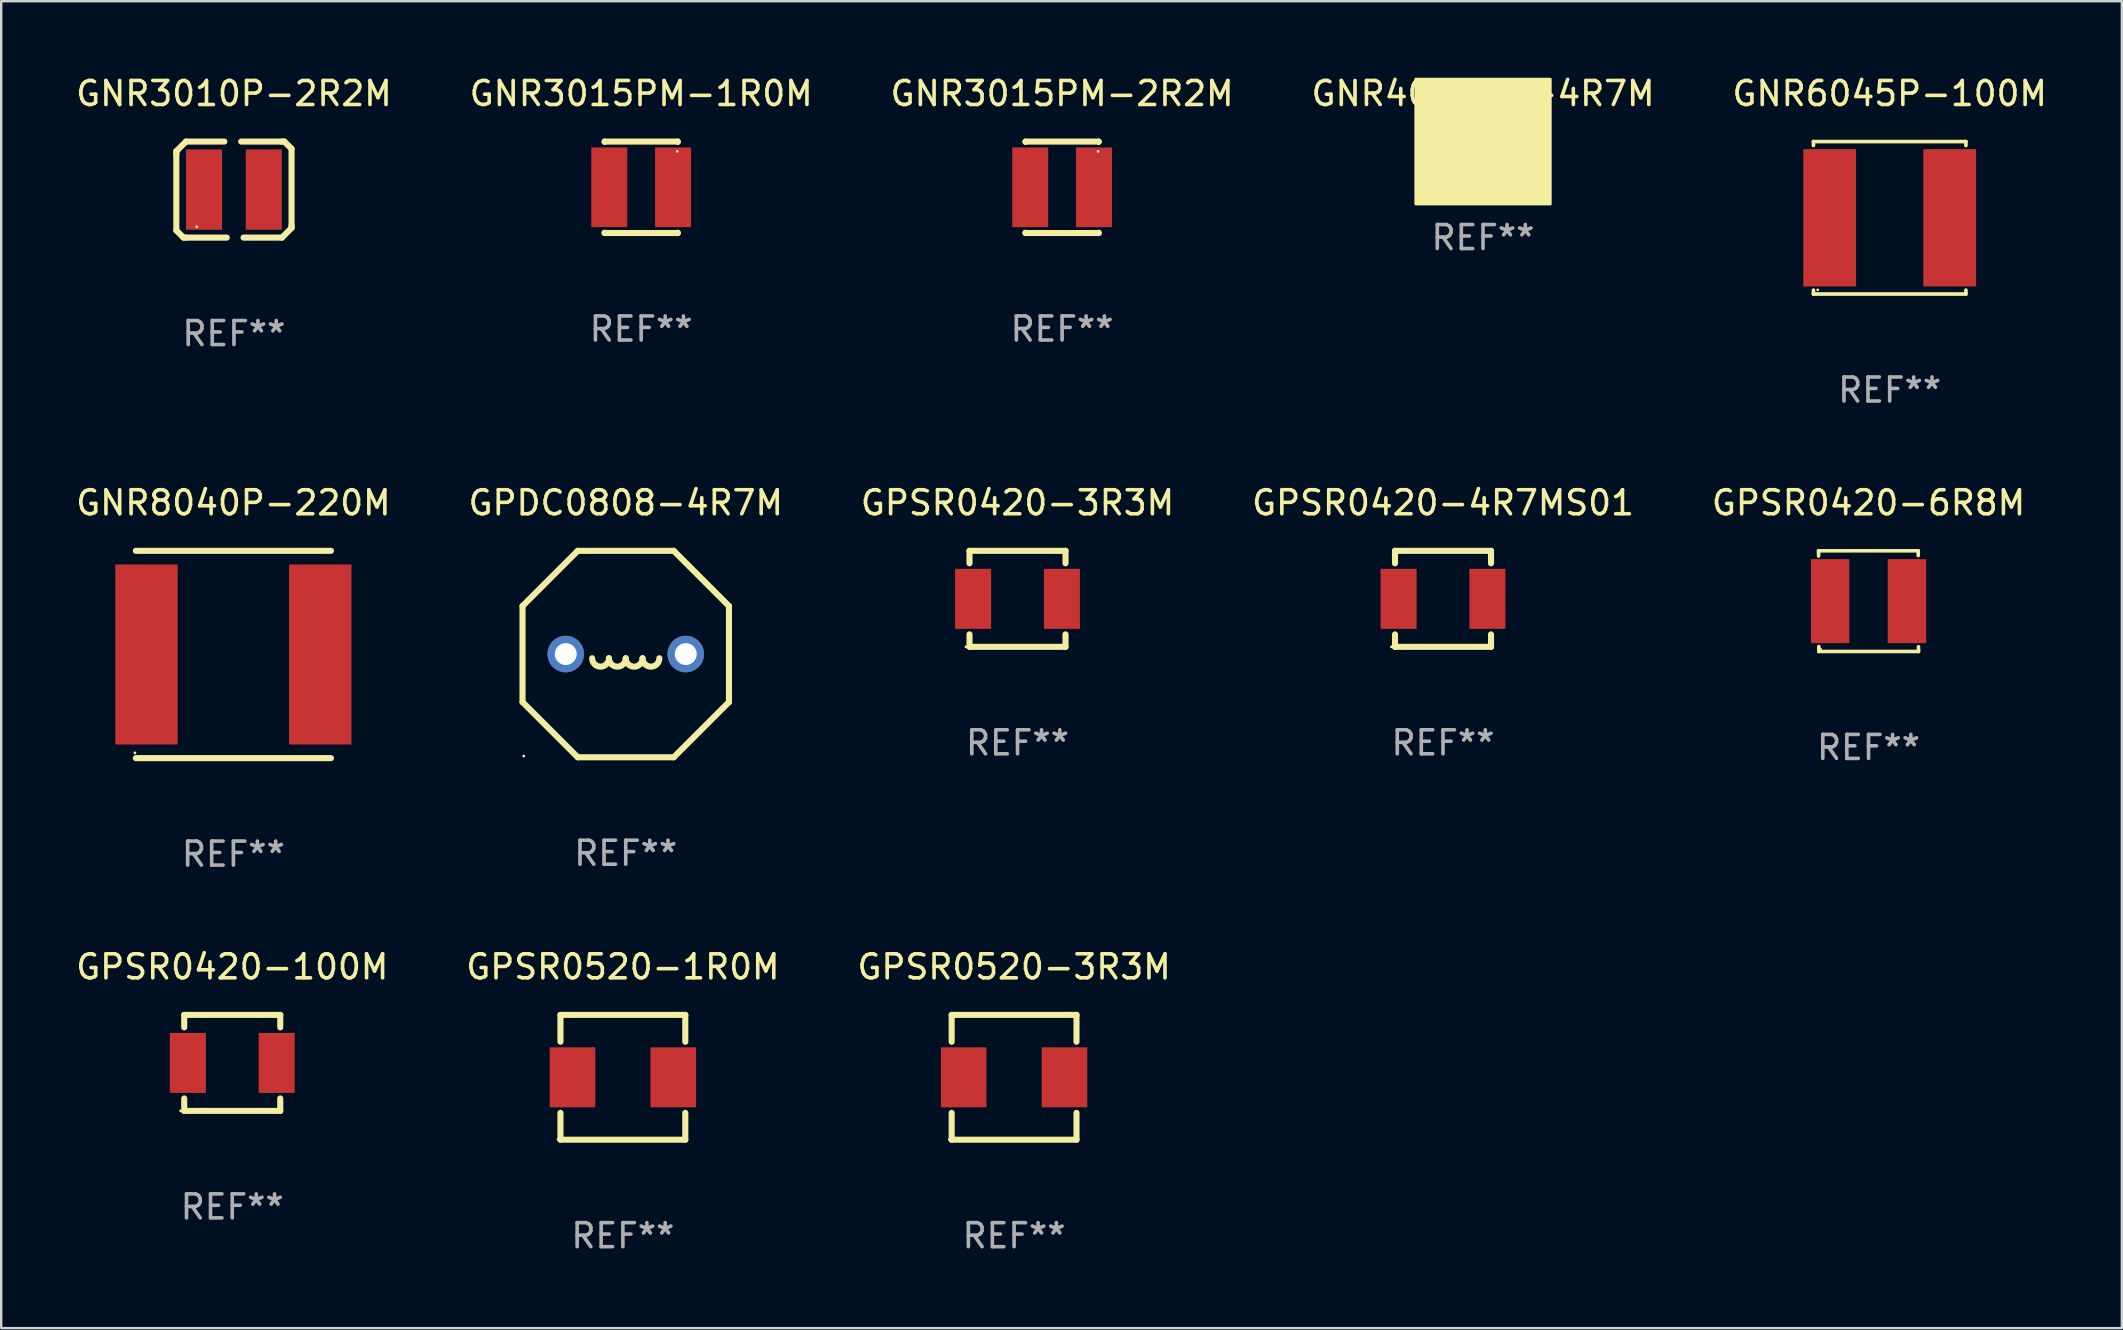
<source format=kicad_pcb>
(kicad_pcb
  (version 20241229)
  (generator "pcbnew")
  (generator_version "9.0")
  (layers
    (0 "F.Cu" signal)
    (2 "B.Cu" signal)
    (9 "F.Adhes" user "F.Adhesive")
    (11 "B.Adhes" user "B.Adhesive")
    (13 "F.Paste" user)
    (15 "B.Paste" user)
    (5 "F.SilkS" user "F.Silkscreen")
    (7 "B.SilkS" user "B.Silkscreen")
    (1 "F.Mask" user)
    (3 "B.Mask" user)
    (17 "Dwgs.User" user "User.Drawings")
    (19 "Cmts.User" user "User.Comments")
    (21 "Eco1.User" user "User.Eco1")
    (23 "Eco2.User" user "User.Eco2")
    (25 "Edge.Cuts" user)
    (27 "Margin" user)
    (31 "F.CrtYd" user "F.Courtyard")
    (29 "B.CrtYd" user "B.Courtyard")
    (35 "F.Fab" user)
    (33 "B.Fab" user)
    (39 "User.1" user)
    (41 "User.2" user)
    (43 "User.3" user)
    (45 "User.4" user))
  (footprint "GNR8040P-220M"
    (layer "F.Cu")
    (at 6.673 24.215)
    (property "Reference" "GNR8040P-220M" (at 0 -6.318 0) (layer "F.SilkS") (effects (font (size 1 1) (thickness 0.15))))
    (attr through_hole)
    (fp_line (start -4.064 -4.318) (end 4.064 -4.318) (stroke (width 0.254) (type solid)) (layer "F.SilkS"))
    (fp_line (start 4.064 4.318) (end -4.064 4.318) (stroke (width 0.254) (type solid)) (layer "F.SilkS"))
    (fp_circle (center -4.1 4.1) (end -4.07 4.1) (stroke (width 0.06) (type solid)) (fill no) (layer "F.SilkS"))
    (fp_text user "REF**" (at 0 8.318 0) (layer "F.Fab") (effects (font (size 1 1) (thickness 0.15))))
    (pad "1" smd rect (at -3.62 0) (size 2.6 7.5) (layers "F.Cu" "F.Mask" "F.Paste"))
    (pad "2" smd rect (at 3.62 0) (size 2.6 7.5) (layers "F.Cu" "F.Mask" "F.Paste")))
  (footprint "GNR3015PM-2R2M"
    (layer "F.Cu")
    (at 41.196 4.753)
    (property "Reference" "GNR3015PM-2R2M" (at 0 -3.905 0) (layer "F.SilkS") (effects (font (size 1 1) (thickness 0.15))))
    (attr through_hole)
    (fp_line (start -1.524 -1.905) (end 1.524 -1.905) (stroke (width 0.254) (type solid)) (layer "F.SilkS"))
    (fp_line (start -1.524 -1.891) (end -1.524 -1.905) (stroke (width 0.254) (type solid)) (layer "F.SilkS"))
    (fp_line (start -1.524 1.905) (end -1.524 1.891) (stroke (width 0.254) (type solid)) (layer "F.SilkS"))
    (fp_line (start -1.524 1.905) (end 1.524 1.905) (stroke (width 0.254) (type solid)) (layer "F.SilkS"))
    (fp_line (start 1.524 -1.905) (end 1.524 -1.891) (stroke (width 0.254) (type solid)) (layer "F.SilkS"))
    (fp_line (start 1.524 1.891) (end 1.524 1.905) (stroke (width 0.254) (type solid)) (layer "F.SilkS"))
    (fp_circle (center 1.5 -1.5) (end 1.53 -1.5) (stroke (width 0.06) (type solid)) (fill no) (layer "F.SilkS"))
    (fp_text user "REF**" (at 0 5.905 0) (layer "F.Fab") (effects (font (size 1 1) (thickness 0.15))))
    (pad "1" smd rect (at 1.328 0) (size 1.5 3.32) (layers "F.Cu" "F.Mask" "F.Paste"))
    (pad "2" smd rect (at -1.328 0) (size 1.5 3.32) (layers "F.Cu" "F.Mask" "F.Paste")))
  (footprint "GPSR0420-4R7MS01"
    (layer "F.Cu")
    (at 57.065 21.897)
    (property "Reference" "GPSR0420-4R7MS01" (at 0 -4 0) (layer "F.SilkS") (effects (font (size 1 1) (thickness 0.15))))
    (attr through_hole)
    (fp_line (start -2 -2) (end 2 -2) (stroke (width 0.254) (type solid)) (layer "F.SilkS"))
    (fp_line (start -2 -1.481) (end -2 -2) (stroke (width 0.254) (type solid)) (layer "F.SilkS"))
    (fp_line (start -2 2) (end -2 1.481) (stroke (width 0.254) (type solid)) (layer "F.SilkS"))
    (fp_line (start 2 -2) (end 2 -1.481) (stroke (width 0.254) (type solid)) (layer "F.SilkS"))
    (fp_line (start 2 1.481) (end 2 2) (stroke (width 0.254) (type solid)) (layer "F.SilkS"))
    (fp_line (start 2 2) (end -2 2) (stroke (width 0.254) (type solid)) (layer "F.SilkS"))
    (fp_circle (center -2.15 2) (end -2.12 2) (stroke (width 0.06) (type solid)) (fill no) (layer "F.SilkS"))
    (fp_text user "REF**" (at 0 6 0) (layer "F.Fab") (effects (font (size 1 1) (thickness 0.15))))
    (pad "1" smd rect (at -1.85 0) (size 1.5 2.5) (layers "F.Cu" "F.Mask" "F.Paste"))
    (pad "2" smd rect (at 1.85 0) (size 1.5 2.5) (layers "F.Cu" "F.Mask" "F.Paste")))
  (footprint "GPSR0420-6R8M"
    (layer "F.Cu")
    (at 74.792 21.993)
    (property "Reference" "GPSR0420-6R8M" (at 0 -4.096 0) (layer "F.SilkS") (effects (font (size 1 1) (thickness 0.15))))
    (attr through_hole)
    (fp_line (start -2.083 -2.096) (end -2.08 -1.88) (stroke (width 0.15) (type solid)) (layer "F.SilkS"))
    (fp_line (start -2.07 1.89) (end -2.07 2.096) (stroke (width 0.15) (type solid)) (layer "F.SilkS"))
    (fp_line (start -2.07 2.096) (end 2.083 2.096) (stroke (width 0.15) (type solid)) (layer "F.SilkS"))
    (fp_line (start 2.07 -1.9) (end 2.07 -2.096) (stroke (width 0.15) (type solid)) (layer "F.SilkS"))
    (fp_line (start 2.07 -2.096) (end -2.083 -2.096) (stroke (width 0.15) (type solid)) (layer "F.SilkS"))
    (fp_line (start 2.083 2.096) (end 2.08 1.9) (stroke (width 0.15) (type solid)) (layer "F.SilkS"))
    (fp_circle (center -2 2) (end -1.97 2) (stroke (width 0.06) (type solid)) (fill no) (layer "F.SilkS"))
    (fp_text user "REF**" (at 0 6.096 0) (layer "F.Fab") (effects (font (size 1 1) (thickness 0.15))))
    (pad "1" smd rect (at -1.6 -0.000343) (size 1.6 3.5) (layers "F.Cu" "F.Mask" "F.Paste"))
    (pad "2" smd rect (at 1.6 -0.000343) (size 1.6 3.5) (layers "F.Cu" "F.Mask" "F.Paste")))
  (footprint "GNR3015PM-1R0M"
    (layer "F.Cu")
    (at 23.661 4.753)
    (property "Reference" "GNR3015PM-1R0M" (at 0 -3.905 0) (layer "F.SilkS") (effects (font (size 1 1) (thickness 0.15))))
    (attr through_hole)
    (fp_line (start -1.524 -1.905) (end 1.524 -1.905) (stroke (width 0.254) (type solid)) (layer "F.SilkS"))
    (fp_line (start -1.524 -1.891) (end -1.524 -1.905) (stroke (width 0.254) (type solid)) (layer "F.SilkS"))
    (fp_line (start -1.524 1.905) (end -1.524 1.891) (stroke (width 0.254) (type solid)) (layer "F.SilkS"))
    (fp_line (start -1.524 1.905) (end 1.524 1.905) (stroke (width 0.254) (type solid)) (layer "F.SilkS"))
    (fp_line (start 1.524 -1.905) (end 1.524 -1.891) (stroke (width 0.254) (type solid)) (layer "F.SilkS"))
    (fp_line (start 1.524 1.891) (end 1.524 1.905) (stroke (width 0.254) (type solid)) (layer "F.SilkS"))
    (fp_circle (center 1.5 -1.5) (end 1.53 -1.5) (stroke (width 0.06) (type solid)) (fill no) (layer "F.SilkS"))
    (fp_text user "REF**" (at 0 5.905 0) (layer "F.Fab") (effects (font (size 1 1) (thickness 0.15))))
    (pad "1" smd rect (at 1.328 0) (size 1.5 3.32) (layers "F.Cu" "F.Mask" "F.Paste"))
    (pad "2" smd rect (at -1.328 0) (size 1.5 3.32) (layers "F.Cu" "F.Mask" "F.Paste")))
  (footprint "GNR4018PM-4R7M"
    (layer "F.Cu")
    (at 58.732 2.848)
    (property "Reference" "GNR4018PM-4R7M" (at 0 -2 0) (layer "F.SilkS") (effects (font (size 1 1) (thickness 0.15))))
    (attr through_hole)
    (fp_circle (center -2.1 2.1) (end -2.07 2.1) (stroke (width 0.06) (type solid)) (fill no) (layer "F.SilkS"))
    (fp_poly (pts (xy -2.8 -2.6) (xy 2.8 -2.6) (xy 2.8 2.6) (xy -2.8 2.6)) (stroke (width 0.12) (type solid)) (fill yes) (layer "F.SilkS"))
    (fp_text user "REF**" (at 0 4 0) (layer "F.Fab") (effects (font (size 1 1) (thickness 0.15))))
    (pad "1" smd rect (at -1.6 0 90) (size 4.5 1.7) (layers "F.Cu" "F.Mask" "F.Paste"))
    (pad "2" smd rect (at 1.6 0 90) (size 4.5 1.7) (layers "F.Cu" "F.Mask" "F.Paste")))
  (footprint "GPDC0808-4R7M"
    (layer "F.Cu")
    (at 23.018 24.197)
    (property "Reference" "GPDC0808-4R7M" (at 0 -6.3 0) (layer "F.SilkS") (effects (font (size 1 1) (thickness 0.15))))
    (attr through_hole)
    (fp_line (start -4.3 -2) (end -2 -4.3) (stroke (width 0.254) (type solid)) (layer "F.SilkS"))
    (fp_line (start -4.3 2) (end -4.3 -2) (stroke (width 0.254) (type solid)) (layer "F.SilkS"))
    (fp_line (start -2 -4.3) (end 2 -4.3) (stroke (width 0.254) (type solid)) (layer "F.SilkS"))
    (fp_line (start -2 4.3) (end -4.3 2) (stroke (width 0.254) (type solid)) (layer "F.SilkS"))
    (fp_line (start 2 -4.3) (end 4.3 -2) (stroke (width 0.254) (type solid)) (layer "F.SilkS"))
    (fp_line (start 2 4.3) (end -2 4.3) (stroke (width 0.254) (type solid)) (layer "F.SilkS"))
    (fp_line (start 4.3 -2) (end 4.3 2) (stroke (width 0.254) (type solid)) (layer "F.SilkS"))
    (fp_line (start 4.3 2) (end 2 4.3) (stroke (width 0.254) (type solid)) (layer "F.SilkS"))
    (fp_arc (start -0.7 0.175006) (mid -1.05 0.524994) (end -1.4 0.175007) (stroke (width 0.254001) (type solid)) (layer "F.SilkS"))
    (fp_arc (start 0 0.175006) (mid -0.35 0.524994) (end -0.7 0.175007) (stroke (width 0.254001) (type solid)) (layer "F.SilkS"))
    (fp_arc (start 0.7 0.175006) (mid 0.35 0.524994) (end 0 0.175007) (stroke (width 0.254001) (type solid)) (layer "F.SilkS"))
    (fp_arc (start 1.4 0.175006) (mid 1.05 0.524994) (end 0.7 0.175007) (stroke (width 0.254001) (type solid)) (layer "F.SilkS"))
    (fp_circle (center -4.25 4.25) (end -4.22 4.25) (stroke (width 0.06) (type solid)) (fill no) (layer "F.SilkS"))
    (fp_text user "REF**" (at 0 8.3 0) (layer "F.Fab") (effects (font (size 1 1) (thickness 0.15))))
    (pad "1" thru_hole circle (at -2.5 0) (size 1.524 1.524) (drill 0.914) (layers "*.Cu" "*.Mask"))
    (pad "2" thru_hole circle (at 2.5 0) (size 1.524 1.524) (drill 0.914) (layers "*.Cu" "*.Mask")))
  (footprint "GPSR0520-3R3M"
    (layer "F.Cu")
    (at 39.196 41.83)
    (property "Reference" "GPSR0520-3R3M" (at 0 -4.6 0) (layer "F.SilkS") (effects (font (size 1 1) (thickness 0.15))))
    (attr through_hole)
    (fp_line (start -2.6 -2.6) (end 2.6 -2.6) (stroke (width 0.254) (type solid)) (layer "F.SilkS"))
    (fp_line (start -2.6 -1.481) (end -2.6 -2.6) (stroke (width 0.254) (type solid)) (layer "F.SilkS"))
    (fp_line (start -2.6 2.6) (end -2.6 1.481) (stroke (width 0.254) (type solid)) (layer "F.SilkS"))
    (fp_line (start 2.6 -2.6) (end 2.6 -1.481) (stroke (width 0.254) (type solid)) (layer "F.SilkS"))
    (fp_line (start 2.6 1.481) (end 2.6 2.6) (stroke (width 0.254) (type solid)) (layer "F.SilkS"))
    (fp_line (start 2.6 2.6) (end -2.6 2.6) (stroke (width 0.254) (type solid)) (layer "F.SilkS"))
    (fp_circle (center -2.7 2.59) (end -2.67 2.59) (stroke (width 0.06) (type solid)) (fill no) (layer "F.SilkS"))
    (fp_text user "REF**" (at 0 6.6 0) (layer "F.Fab") (effects (font (size 1 1) (thickness 0.15))))
    (pad "1" smd rect (at -2.1 0) (size 1.9 2.5) (layers "F.Cu" "F.Mask" "F.Paste"))
    (pad "2" smd rect (at 2.1 0) (size 1.9 2.5) (layers "F.Cu" "F.Mask" "F.Paste")))
  (footprint "GPSR0420-100M"
    (layer "F.Cu")
    (at 6.625 41.23)
    (property "Reference" "GPSR0420-100M" (at 0 -4 0) (layer "F.SilkS") (effects (font (size 1 1) (thickness 0.15))))
    (attr through_hole)
    (fp_line (start -2 -2) (end 2 -2) (stroke (width 0.254) (type solid)) (layer "F.SilkS"))
    (fp_line (start -2 -1.481) (end -2 -2) (stroke (width 0.254) (type solid)) (layer "F.SilkS"))
    (fp_line (start -2 2) (end -2 1.481) (stroke (width 0.254) (type solid)) (layer "F.SilkS"))
    (fp_line (start 2 -2) (end 2 -1.481) (stroke (width 0.254) (type solid)) (layer "F.SilkS"))
    (fp_line (start 2 1.481) (end 2 2) (stroke (width 0.254) (type solid)) (layer "F.SilkS"))
    (fp_line (start 2 2) (end -2 2) (stroke (width 0.254) (type solid)) (layer "F.SilkS"))
    (fp_circle (center -2.15 2) (end -2.12 2) (stroke (width 0.06) (type solid)) (fill no) (layer "F.SilkS"))
    (fp_text user "REF**" (at 0 6 0) (layer "F.Fab") (effects (font (size 1 1) (thickness 0.15))))
    (pad "1" smd rect (at -1.85 0) (size 1.5 2.5) (layers "F.Cu" "F.Mask" "F.Paste"))
    (pad "2" smd rect (at 1.85 0) (size 1.5 2.5) (layers "F.Cu" "F.Mask" "F.Paste")))
  (footprint "GNR3010P-2R2M"
    (layer "F.Cu")
    (at 6.696 4.848)
    (property "Reference" "GNR3010P-2R2M" (at 0 -4 0) (layer "F.SilkS") (effects (font (size 1 1) (thickness 0.15))))
    (attr through_hole)
    (fp_line (start -2.4 -1.6) (end -2 -2) (stroke (width 0.254) (type solid)) (layer "F.SilkS"))
    (fp_line (start -2.4 -1.5) (end -2.4 -1.6) (stroke (width 0.254) (type solid)) (layer "F.SilkS"))
    (fp_line (start -2.4 1.7) (end -2.4 -1.5) (stroke (width 0.254) (type solid)) (layer "F.SilkS"))
    (fp_line (start -2.1 2) (end -2.4 1.7) (stroke (width 0.254) (type solid)) (layer "F.SilkS"))
    (fp_line (start -2 -2) (end -0.4 -2) (stroke (width 0.254) (type solid)) (layer "F.SilkS"))
    (fp_line (start -2 2) (end -2.1 2) (stroke (width 0.254) (type solid)) (layer "F.SilkS"))
    (fp_line (start -0.3 2) (end -2 2) (stroke (width 0.254) (type solid)) (layer "F.SilkS"))
    (fp_line (start 0.3 -2) (end 2 -2) (stroke (width 0.254) (type solid)) (layer "F.SilkS"))
    (fp_line (start 2 -2) (end 2.1 -2) (stroke (width 0.254) (type solid)) (layer "F.SilkS"))
    (fp_line (start 2 2) (end 0.4 2) (stroke (width 0.254) (type solid)) (layer "F.SilkS"))
    (fp_line (start 2.1 -2) (end 2.4 -1.7) (stroke (width 0.254) (type solid)) (layer "F.SilkS"))
    (fp_line (start 2.4 -1.7) (end 2.4 1.5) (stroke (width 0.254) (type solid)) (layer "F.SilkS"))
    (fp_line (start 2.4 1.5) (end 2.4 1.6) (stroke (width 0.254) (type solid)) (layer "F.SilkS"))
    (fp_line (start 2.4 1.6) (end 2 2) (stroke (width 0.254) (type solid)) (layer "F.SilkS"))
    (fp_circle (center -1.55 1.55) (end -1.52 1.55) (stroke (width 0.06) (type solid)) (fill no) (layer "F.SilkS"))
    (fp_text user "REF**" (at 0 6 0) (layer "F.Fab") (effects (font (size 1 1) (thickness 0.15))))
    (pad "1" smd rect (at -1.243 0) (size 1.5 3.348) (layers "F.Cu" "F.Mask" "F.Paste"))
    (pad "2" smd rect (at 1.243 0) (size 1.5 3.348) (layers "F.Cu" "F.Mask" "F.Paste")))
  (footprint "GNR6045P-100M"
    (layer "F.Cu")
    (at 75.673 6.024)
    (property "Reference" "GNR6045P-100M" (at 0 -5.176 0) (layer "F.SilkS") (effects (font (size 1 1) (thickness 0.15))))
    (attr through_hole)
    (fp_line (start -3.176 -3.176) (end 3.176 -3.176) (stroke (width 0.152) (type solid)) (layer "F.SilkS"))
    (fp_line (start -3.176 -3.012) (end -3.176 -3.176) (stroke (width 0.152) (type solid)) (layer "F.SilkS"))
    (fp_line (start -3.176 3.012) (end -3.176 3.176) (stroke (width 0.152) (type solid)) (layer "F.SilkS"))
    (fp_line (start -3.176 3.176) (end 3.176 3.176) (stroke (width 0.152) (type solid)) (layer "F.SilkS"))
    (fp_line (start 3.176 -3.176) (end 3.176 -3.012) (stroke (width 0.152) (type solid)) (layer "F.SilkS"))
    (fp_line (start 3.176 3.176) (end 3.176 3.012) (stroke (width 0.152) (type solid)) (layer "F.SilkS"))
    (fp_circle (center -3 3) (end -2.97 3) (stroke (width 0.06) (type solid)) (fill no) (layer "F.SilkS"))
    (fp_text user "REF**" (at 0 7.176 0) (layer "F.Fab") (effects (font (size 1 1) (thickness 0.15))))
    (pad "1" smd rect (at -2.5 0) (size 2.2 5.72) (layers "F.Cu" "F.Mask" "F.Paste"))
    (pad "2" smd rect (at 2.5 0) (size 2.2 5.72) (layers "F.Cu" "F.Mask" "F.Paste")))
  (footprint "GPSR0520-1R0M"
    (layer "F.Cu")
    (at 22.899 41.83)
    (property "Reference" "GPSR0520-1R0M" (at 0 -4.6 0) (layer "F.SilkS") (effects (font (size 1 1) (thickness 0.15))))
    (attr through_hole)
    (fp_line (start -2.6 -2.6) (end 2.6 -2.6) (stroke (width 0.254) (type solid)) (layer "F.SilkS"))
    (fp_line (start -2.6 -1.481) (end -2.6 -2.6) (stroke (width 0.254) (type solid)) (layer "F.SilkS"))
    (fp_line (start -2.6 2.6) (end -2.6 1.481) (stroke (width 0.254) (type solid)) (layer "F.SilkS"))
    (fp_line (start 2.6 -2.6) (end 2.6 -1.481) (stroke (width 0.254) (type solid)) (layer "F.SilkS"))
    (fp_line (start 2.6 1.481) (end 2.6 2.6) (stroke (width 0.254) (type solid)) (layer "F.SilkS"))
    (fp_line (start 2.6 2.6) (end -2.6 2.6) (stroke (width 0.254) (type solid)) (layer "F.SilkS"))
    (fp_circle (center -2.7 2.59) (end -2.67 2.59) (stroke (width 0.06) (type solid)) (fill no) (layer "F.SilkS"))
    (fp_text user "REF**" (at 0 6.6 0) (layer "F.Fab") (effects (font (size 1 1) (thickness 0.15))))
    (pad "1" smd rect (at -2.1 0) (size 1.9 2.5) (layers "F.Cu" "F.Mask" "F.Paste"))
    (pad "2" smd rect (at 2.1 0) (size 1.9 2.5) (layers "F.Cu" "F.Mask" "F.Paste")))
  (footprint "GPSR0420-3R3M"
    (layer "F.Cu")
    (at 39.339 21.897)
    (property "Reference" "GPSR0420-3R3M" (at 0 -4 0) (layer "F.SilkS") (effects (font (size 1 1) (thickness 0.15))))
    (attr through_hole)
    (fp_line (start -2 -2) (end 2 -2) (stroke (width 0.254) (type solid)) (layer "F.SilkS"))
    (fp_line (start -2 -1.481) (end -2 -2) (stroke (width 0.254) (type solid)) (layer "F.SilkS"))
    (fp_line (start -2 2) (end -2 1.481) (stroke (width 0.254) (type solid)) (layer "F.SilkS"))
    (fp_line (start 2 -2) (end 2 -1.481) (stroke (width 0.254) (type solid)) (layer "F.SilkS"))
    (fp_line (start 2 1.481) (end 2 2) (stroke (width 0.254) (type solid)) (layer "F.SilkS"))
    (fp_line (start 2 2) (end -2 2) (stroke (width 0.254) (type solid)) (layer "F.SilkS"))
    (fp_circle (center -2.15 2) (end -2.12 2) (stroke (width 0.06) (type solid)) (fill no) (layer "F.SilkS"))
    (fp_text user "REF**" (at 0 6 0) (layer "F.Fab") (effects (font (size 1 1) (thickness 0.15))))
    (pad "1" smd rect (at -1.85 0) (size 1.5 2.5) (layers "F.Cu" "F.Mask" "F.Paste"))
    (pad "2" smd rect (at 1.85 0) (size 1.5 2.5) (layers "F.Cu" "F.Mask" "F.Paste")))
  (gr_rect
    (start -3 -3)
    (end 85.345 52.278)
    (stroke (width 0.1) (type default))
    (fill no)
    (layer "Edge.Cuts")))
</source>
